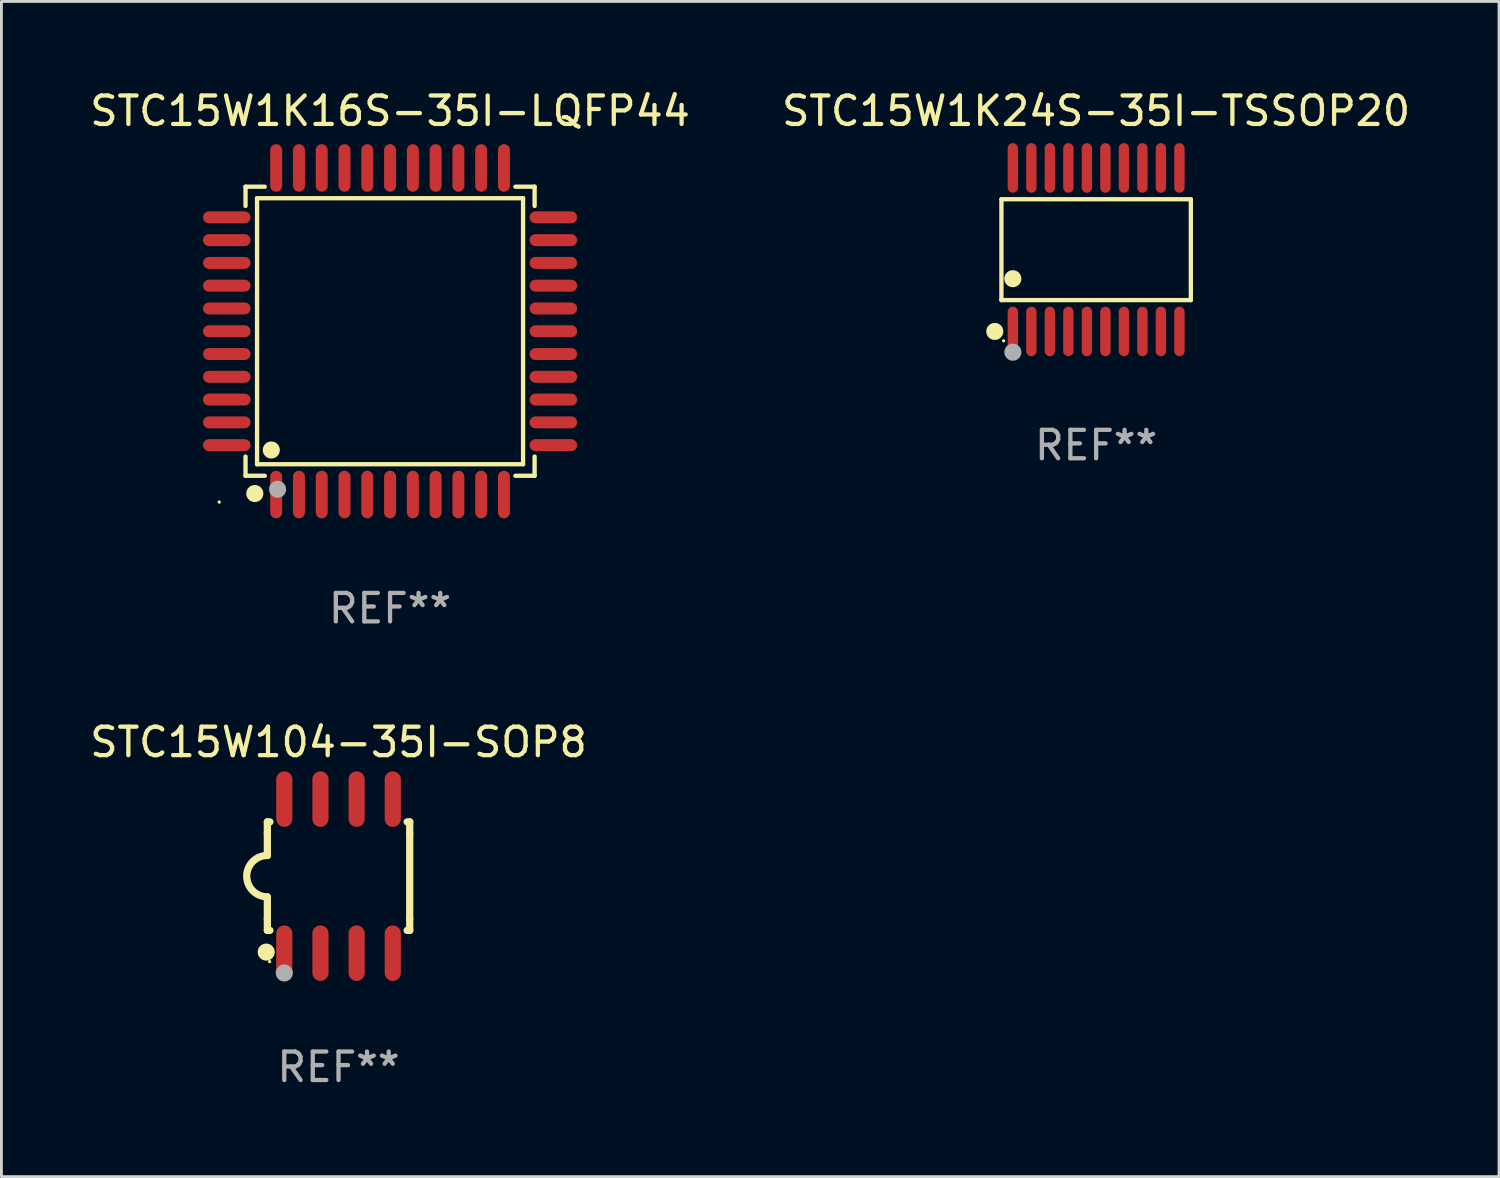
<source format=kicad_pcb>
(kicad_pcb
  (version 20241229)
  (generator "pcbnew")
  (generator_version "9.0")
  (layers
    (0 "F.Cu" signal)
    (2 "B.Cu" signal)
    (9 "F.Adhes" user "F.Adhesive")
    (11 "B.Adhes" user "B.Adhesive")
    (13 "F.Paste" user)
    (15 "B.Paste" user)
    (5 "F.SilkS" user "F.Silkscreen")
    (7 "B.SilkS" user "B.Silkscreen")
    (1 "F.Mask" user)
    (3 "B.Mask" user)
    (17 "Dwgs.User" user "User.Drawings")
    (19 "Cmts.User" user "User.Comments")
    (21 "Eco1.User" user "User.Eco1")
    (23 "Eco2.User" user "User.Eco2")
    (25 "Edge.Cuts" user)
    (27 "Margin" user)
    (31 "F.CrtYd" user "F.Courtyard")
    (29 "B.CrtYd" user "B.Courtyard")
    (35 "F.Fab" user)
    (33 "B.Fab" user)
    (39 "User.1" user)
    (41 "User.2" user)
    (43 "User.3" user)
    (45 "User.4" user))
  (footprint "STC15W1K16S-35I-LQFP44"
    (layer "F.Cu")
    (at 10.649 8.583)
    (property "Reference" "STC15W1K16S-35I-LQFP44" (at 0 -7.735 0) (layer "F.SilkS") (effects (font (size 1 1) (thickness 0.15))))
    (attr through_hole)
    (fp_line (start -5.076 -5.076) (end -4.401 -5.076) (stroke (width 0.152) (type solid)) (layer "F.SilkS"))
    (fp_line (start -5.076 -4.401) (end -5.076 -5.076) (stroke (width 0.152) (type solid)) (layer "F.SilkS"))
    (fp_line (start -5.076 4.401) (end -5.076 5.076) (stroke (width 0.152) (type solid)) (layer "F.SilkS"))
    (fp_line (start -5.076 5.076) (end -4.401 5.076) (stroke (width 0.152) (type solid)) (layer "F.SilkS"))
    (fp_line (start -4.671 -4.671) (end 4.671 -4.671) (stroke (width 0.152) (type solid)) (layer "F.SilkS"))
    (fp_line (start -4.671 4.671) (end -4.671 -4.671) (stroke (width 0.152) (type solid)) (layer "F.SilkS"))
    (fp_line (start 4.671 -4.671) (end 4.671 4.671) (stroke (width 0.152) (type solid)) (layer "F.SilkS"))
    (fp_line (start 4.671 4.671) (end -4.671 4.671) (stroke (width 0.152) (type solid)) (layer "F.SilkS"))
    (fp_line (start 5.076 -5.076) (end 4.401 -5.076) (stroke (width 0.152) (type solid)) (layer "F.SilkS"))
    (fp_line (start 5.076 -4.401) (end 5.076 -5.076) (stroke (width 0.152) (type solid)) (layer "F.SilkS"))
    (fp_line (start 5.076 4.401) (end 5.076 5.076) (stroke (width 0.152) (type solid)) (layer "F.SilkS"))
    (fp_line (start 5.076 5.076) (end 4.401 5.076) (stroke (width 0.152) (type solid)) (layer "F.SilkS"))
    (fp_circle (center -6 6) (end -5.97 6) (stroke (width 0.06) (type solid)) (fill no) (layer "F.SilkS"))
    (fp_circle (center -4.75 5.7) (end -4.6 5.7) (stroke (width 0.3) (type solid)) (fill no) (layer "F.SilkS"))
    (fp_circle (center -4.171 4.171) (end -4.021 4.171) (stroke (width 0.3) (type solid)) (fill no) (layer "F.SilkS"))
    (fp_circle (center -3.95 5.55) (end -3.8 5.55) (stroke (width 0.3) (type solid)) (fill no) (layer "F.Fab"))
    (fp_text user "REF**" (at 0 9.735 0) (layer "F.Fab") (effects (font (size 1 1) (thickness 0.15))))
    (pad "1" smd oval (at -4 5.735) (size 0.42 1.67) (layers "F.Cu" "F.Mask" "F.Paste"))
    (pad "2" smd oval (at -3.2 5.735) (size 0.42 1.67) (layers "F.Cu" "F.Mask" "F.Paste"))
    (pad "3" smd oval (at -2.4 5.735) (size 0.42 1.67) (layers "F.Cu" "F.Mask" "F.Paste"))
    (pad "4" smd oval (at -1.6 5.735) (size 0.42 1.67) (layers "F.Cu" "F.Mask" "F.Paste"))
    (pad "5" smd oval (at -0.8 5.735) (size 0.42 1.67) (layers "F.Cu" "F.Mask" "F.Paste"))
    (pad "6" smd oval (at 0 5.735) (size 0.42 1.67) (layers "F.Cu" "F.Mask" "F.Paste"))
    (pad "7" smd oval (at 0.8 5.735) (size 0.42 1.67) (layers "F.Cu" "F.Mask" "F.Paste"))
    (pad "8" smd oval (at 1.6 5.735) (size 0.42 1.67) (layers "F.Cu" "F.Mask" "F.Paste"))
    (pad "9" smd oval (at 2.4 5.735) (size 0.42 1.67) (layers "F.Cu" "F.Mask" "F.Paste"))
    (pad "10" smd oval (at 3.2 5.735) (size 0.42 1.67) (layers "F.Cu" "F.Mask" "F.Paste"))
    (pad "11" smd oval (at 4 5.735) (size 0.42 1.67) (layers "F.Cu" "F.Mask" "F.Paste"))
    (pad "12" smd oval (at 5.735 4) (size 1.67 0.42) (layers "F.Cu" "F.Mask" "F.Paste"))
    (pad "13" smd oval (at 5.735 3.2) (size 1.67 0.42) (layers "F.Cu" "F.Mask" "F.Paste"))
    (pad "14" smd oval (at 5.735 2.4) (size 1.67 0.42) (layers "F.Cu" "F.Mask" "F.Paste"))
    (pad "15" smd oval (at 5.735 1.6) (size 1.67 0.42) (layers "F.Cu" "F.Mask" "F.Paste"))
    (pad "16" smd oval (at 5.735 0.8) (size 1.67 0.42) (layers "F.Cu" "F.Mask" "F.Paste"))
    (pad "17" smd oval (at 5.735 0) (size 1.67 0.42) (layers "F.Cu" "F.Mask" "F.Paste"))
    (pad "18" smd oval (at 5.735 -0.8) (size 1.67 0.42) (layers "F.Cu" "F.Mask" "F.Paste"))
    (pad "19" smd oval (at 5.735 -1.6) (size 1.67 0.42) (layers "F.Cu" "F.Mask" "F.Paste"))
    (pad "20" smd oval (at 5.735 -2.4) (size 1.67 0.42) (layers "F.Cu" "F.Mask" "F.Paste"))
    (pad "21" smd oval (at 5.735 -3.2) (size 1.67 0.42) (layers "F.Cu" "F.Mask" "F.Paste"))
    (pad "22" smd oval (at 5.735 -4) (size 1.67 0.42) (layers "F.Cu" "F.Mask" "F.Paste"))
    (pad "23" smd oval (at 4 -5.735) (size 0.42 1.67) (layers "F.Cu" "F.Mask" "F.Paste"))
    (pad "24" smd oval (at 3.2 -5.735) (size 0.42 1.67) (layers "F.Cu" "F.Mask" "F.Paste"))
    (pad "25" smd oval (at 2.4 -5.735) (size 0.42 1.67) (layers "F.Cu" "F.Mask" "F.Paste"))
    (pad "26" smd oval (at 1.6 -5.735) (size 0.42 1.67) (layers "F.Cu" "F.Mask" "F.Paste"))
    (pad "27" smd oval (at 0.8 -5.735) (size 0.42 1.67) (layers "F.Cu" "F.Mask" "F.Paste"))
    (pad "28" smd oval (at 0 -5.735) (size 0.42 1.67) (layers "F.Cu" "F.Mask" "F.Paste"))
    (pad "29" smd oval (at -0.8 -5.735) (size 0.42 1.67) (layers "F.Cu" "F.Mask" "F.Paste"))
    (pad "30" smd oval (at -1.6 -5.735) (size 0.42 1.67) (layers "F.Cu" "F.Mask" "F.Paste"))
    (pad "31" smd oval (at -2.4 -5.735) (size 0.42 1.67) (layers "F.Cu" "F.Mask" "F.Paste"))
    (pad "32" smd oval (at -3.2 -5.735) (size 0.42 1.67) (layers "F.Cu" "F.Mask" "F.Paste"))
    (pad "33" smd oval (at -4 -5.735) (size 0.42 1.67) (layers "F.Cu" "F.Mask" "F.Paste"))
    (pad "34" smd oval (at -5.735 -4) (size 1.67 0.42) (layers "F.Cu" "F.Mask" "F.Paste"))
    (pad "35" smd oval (at -5.735 -3.2) (size 1.67 0.42) (layers "F.Cu" "F.Mask" "F.Paste"))
    (pad "36" smd oval (at -5.735 -2.4) (size 1.67 0.42) (layers "F.Cu" "F.Mask" "F.Paste"))
    (pad "37" smd oval (at -5.735 -1.6) (size 1.67 0.42) (layers "F.Cu" "F.Mask" "F.Paste"))
    (pad "38" smd oval (at -5.735 -0.8) (size 1.67 0.42) (layers "F.Cu" "F.Mask" "F.Paste"))
    (pad "39" smd oval (at -5.735 0) (size 1.67 0.42) (layers "F.Cu" "F.Mask" "F.Paste"))
    (pad "40" smd oval (at -5.735 0.8) (size 1.67 0.42) (layers "F.Cu" "F.Mask" "F.Paste"))
    (pad "41" smd oval (at -5.735 1.6) (size 1.67 0.42) (layers "F.Cu" "F.Mask" "F.Paste"))
    (pad "42" smd oval (at -5.735 2.4) (size 1.67 0.42) (layers "F.Cu" "F.Mask" "F.Paste"))
    (pad "43" smd oval (at -5.735 3.2) (size 1.67 0.42) (layers "F.Cu" "F.Mask" "F.Paste"))
    (pad "44" smd oval (at -5.735 4) (size 1.67 0.42) (layers "F.Cu" "F.Mask" "F.Paste")))
  (footprint "STC15W1K24S-35I-TSSOP20"
    (layer "F.Cu")
    (at 35.446 5.719)
    (property "Reference" "STC15W1K24S-35I-TSSOP20" (at 0 -4.871 0) (layer "F.SilkS") (effects (font (size 1 1) (thickness 0.15))))
    (attr through_hole)
    (fp_line (start -3.326 -1.771) (end 3.326 -1.771) (stroke (width 0.152) (type solid)) (layer "F.SilkS"))
    (fp_line (start -3.326 1.771) (end -3.326 -1.771) (stroke (width 0.152) (type solid)) (layer "F.SilkS"))
    (fp_line (start 3.326 -1.771) (end 3.326 1.771) (stroke (width 0.152) (type solid)) (layer "F.SilkS"))
    (fp_line (start 3.326 1.771) (end -3.326 1.771) (stroke (width 0.152) (type solid)) (layer "F.SilkS"))
    (fp_circle (center -3.559 2.871) (end -3.409 2.871) (stroke (width 0.3) (type solid)) (fill no) (layer "F.SilkS"))
    (fp_circle (center -3.25 3.2) (end -3.22 3.2) (stroke (width 0.06) (type solid)) (fill no) (layer "F.SilkS"))
    (fp_circle (center -2.925 1.019) (end -2.775 1.019) (stroke (width 0.3) (type solid)) (fill no) (layer "F.SilkS"))
    (fp_circle (center -2.925 3.6) (end -2.775 3.6) (stroke (width 0.3) (type solid)) (fill no) (layer "F.Fab"))
    (fp_text user "REF**" (at 0 6.871 0) (layer "F.Fab") (effects (font (size 1 1) (thickness 0.15))))
    (pad "1" smd oval (at -2.925 2.871) (size 0.364 1.742) (layers "F.Cu" "F.Mask" "F.Paste"))
    (pad "2" smd oval (at -2.275 2.871) (size 0.364 1.742) (layers "F.Cu" "F.Mask" "F.Paste"))
    (pad "3" smd oval (at -1.625 2.871) (size 0.364 1.742) (layers "F.Cu" "F.Mask" "F.Paste"))
    (pad "4" smd oval (at -0.975 2.871) (size 0.364 1.742) (layers "F.Cu" "F.Mask" "F.Paste"))
    (pad "5" smd oval (at -0.325 2.871) (size 0.364 1.742) (layers "F.Cu" "F.Mask" "F.Paste"))
    (pad "6" smd oval (at 0.325 2.871) (size 0.364 1.742) (layers "F.Cu" "F.Mask" "F.Paste"))
    (pad "7" smd oval (at 0.975 2.871) (size 0.364 1.742) (layers "F.Cu" "F.Mask" "F.Paste"))
    (pad "8" smd oval (at 1.625 2.871) (size 0.364 1.742) (layers "F.Cu" "F.Mask" "F.Paste"))
    (pad "9" smd oval (at 2.275 2.871) (size 0.364 1.742) (layers "F.Cu" "F.Mask" "F.Paste"))
    (pad "10" smd oval (at 2.925 2.871) (size 0.364 1.742) (layers "F.Cu" "F.Mask" "F.Paste"))
    (pad "11" smd oval (at 2.925 -2.871) (size 0.364 1.742) (layers "F.Cu" "F.Mask" "F.Paste"))
    (pad "12" smd oval (at 2.275 -2.871) (size 0.364 1.742) (layers "F.Cu" "F.Mask" "F.Paste"))
    (pad "13" smd oval (at 1.625 -2.871) (size 0.364 1.742) (layers "F.Cu" "F.Mask" "F.Paste"))
    (pad "14" smd oval (at 0.975 -2.871) (size 0.364 1.742) (layers "F.Cu" "F.Mask" "F.Paste"))
    (pad "15" smd oval (at 0.325 -2.871) (size 0.364 1.742) (layers "F.Cu" "F.Mask" "F.Paste"))
    (pad "16" smd oval (at -0.325 -2.871) (size 0.364 1.742) (layers "F.Cu" "F.Mask" "F.Paste"))
    (pad "17" smd oval (at -0.975 -2.871) (size 0.364 1.742) (layers "F.Cu" "F.Mask" "F.Paste"))
    (pad "18" smd oval (at -1.625 -2.871) (size 0.364 1.742) (layers "F.Cu" "F.Mask" "F.Paste"))
    (pad "19" smd oval (at -2.275 -2.871) (size 0.364 1.742) (layers "F.Cu" "F.Mask" "F.Paste"))
    (pad "20" smd oval (at -2.925 -2.871) (size 0.364 1.742) (layers "F.Cu" "F.Mask" "F.Paste")))
  (footprint "STC15W104-35I-SOP8"
    (layer "F.Cu")
    (at 8.839 27.72)
    (property "Reference" "STC15W104-35I-SOP8" (at 0 -4.705 0) (layer "F.SilkS") (effects (font (size 1 1) (thickness 0.15))))
    (attr through_hole)
    (fp_line (start -2.5 -1.905) (end -2.409 -1.905) (stroke (width 0.254) (type solid)) (layer "F.SilkS"))
    (fp_line (start -2.5 -1.5) (end -2.5 -1.905) (stroke (width 0.254) (type solid)) (layer "F.SilkS"))
    (fp_line (start -2.5 -1.5) (end -2.5 -0.726) (stroke (width 0.254) (type solid)) (layer "F.SilkS"))
    (fp_line (start -2.5 1.5) (end -2.5 0.727) (stroke (width 0.254) (type solid)) (layer "F.SilkS"))
    (fp_line (start -2.5 1.5) (end -2.5 1.905) (stroke (width 0.254) (type solid)) (layer "F.SilkS"))
    (fp_line (start -2.5 1.905) (end -2.409 1.905) (stroke (width 0.254) (type solid)) (layer "F.SilkS"))
    (fp_line (start 2.5 -1.905) (end 2.409 -1.905) (stroke (width 0.254) (type solid)) (layer "F.SilkS"))
    (fp_line (start 2.5 -1.5) (end 2.5 -1.905) (stroke (width 0.254) (type solid)) (layer "F.SilkS"))
    (fp_line (start 2.5 -1.5) (end 2.5 1.5) (stroke (width 0.254) (type solid)) (layer "F.SilkS"))
    (fp_line (start 2.5 1.5) (end 2.5 1.905) (stroke (width 0.254) (type solid)) (layer "F.SilkS"))
    (fp_line (start 2.5 1.905) (end 2.409 1.905) (stroke (width 0.254) (type solid)) (layer "F.SilkS"))
    (fp_arc (start -2.5 0.726568) (mid -3.220316 -0.0023) (end -2.495097 -0.726289) (stroke (width 0.254001) (type solid)) (layer "F.SilkS"))
    (fp_circle (center -2.54 2.667) (end -2.39 2.667) (stroke (width 0.3) (type solid)) (fill no) (layer "F.SilkS"))
    (fp_circle (center -2.42 3) (end -2.39 3) (stroke (width 0.06) (type solid)) (fill no) (layer "F.SilkS"))
    (fp_circle (center -1.905 3.4) (end -1.755 3.4) (stroke (width 0.3) (type solid)) (fill no) (layer "F.Fab"))
    (fp_text user "REF**" (at 0 6.705 0) (layer "F.Fab") (effects (font (size 1 1) (thickness 0.15))))
    (pad "1" smd oval (at -1.905 2.705) (size 0.568 1.95) (layers "F.Cu" "F.Mask" "F.Paste"))
    (pad "2" smd oval (at -0.635 2.705) (size 0.568 1.95) (layers "F.Cu" "F.Mask" "F.Paste"))
    (pad "3" smd oval (at 0.635 2.705) (size 0.568 1.95) (layers "F.Cu" "F.Mask" "F.Paste"))
    (pad "4" smd oval (at 1.905 2.705) (size 0.568 1.95) (layers "F.Cu" "F.Mask" "F.Paste"))
    (pad "5" smd oval (at 1.905 -2.705) (size 0.568 1.95) (layers "F.Cu" "F.Mask" "F.Paste"))
    (pad "6" smd oval (at 0.635 -2.705) (size 0.568 1.95) (layers "F.Cu" "F.Mask" "F.Paste"))
    (pad "7" smd oval (at -0.635 -2.705) (size 0.568 1.95) (layers "F.Cu" "F.Mask" "F.Paste"))
    (pad "8" smd oval (at -1.905 -2.705) (size 0.568 1.95) (layers "F.Cu" "F.Mask" "F.Paste")))
  (gr_rect
    (start -3 -3)
    (end 49.595 38.273)
    (stroke (width 0.1) (type default))
    (fill no)
    (layer "Edge.Cuts")))
</source>
